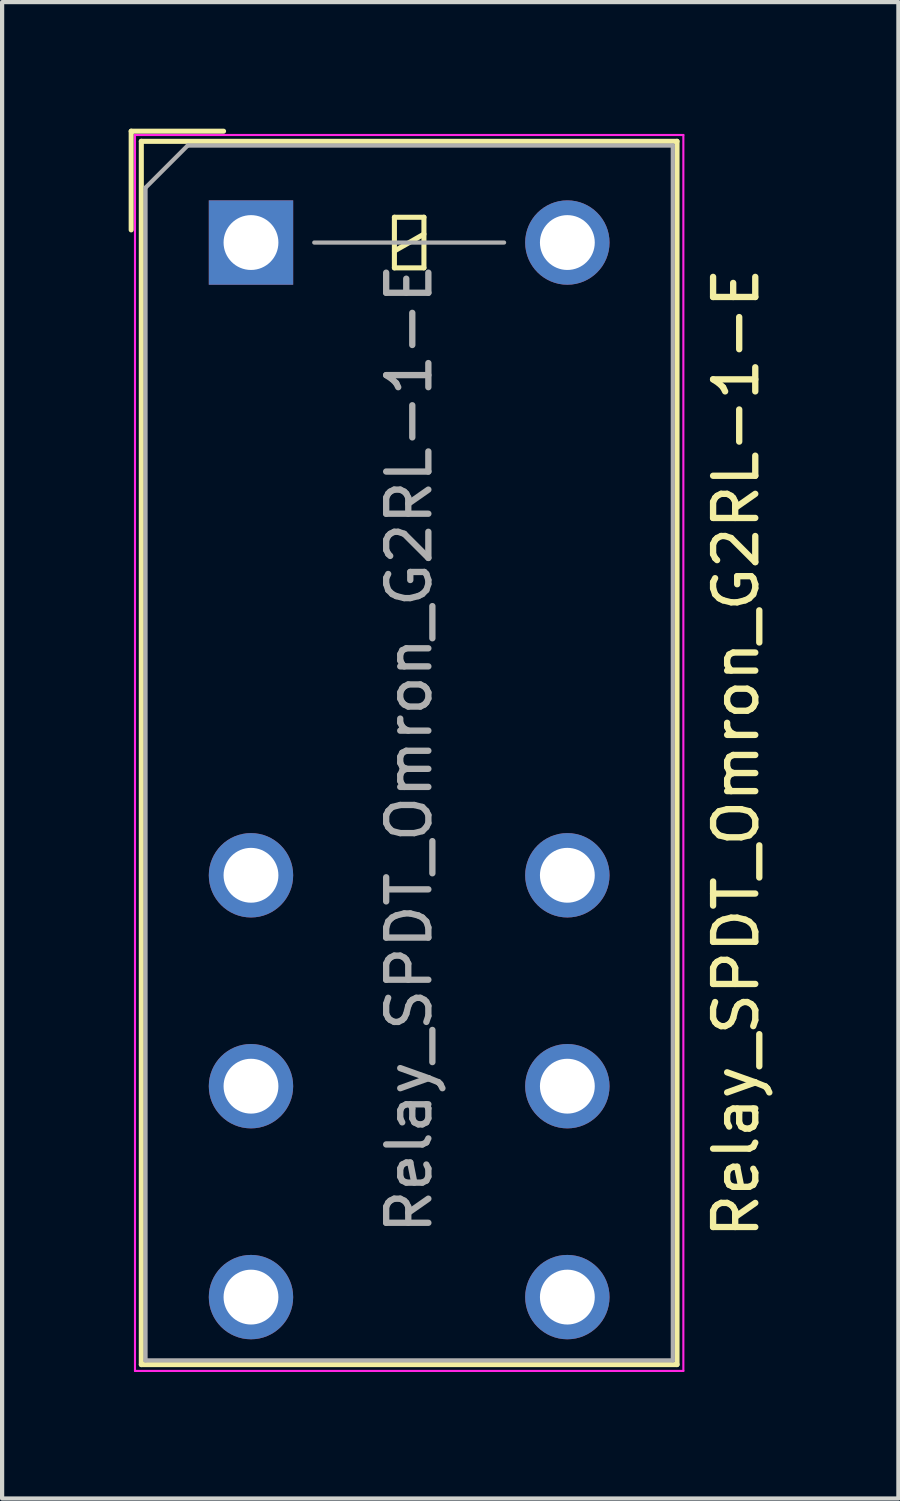
<source format=kicad_pcb>
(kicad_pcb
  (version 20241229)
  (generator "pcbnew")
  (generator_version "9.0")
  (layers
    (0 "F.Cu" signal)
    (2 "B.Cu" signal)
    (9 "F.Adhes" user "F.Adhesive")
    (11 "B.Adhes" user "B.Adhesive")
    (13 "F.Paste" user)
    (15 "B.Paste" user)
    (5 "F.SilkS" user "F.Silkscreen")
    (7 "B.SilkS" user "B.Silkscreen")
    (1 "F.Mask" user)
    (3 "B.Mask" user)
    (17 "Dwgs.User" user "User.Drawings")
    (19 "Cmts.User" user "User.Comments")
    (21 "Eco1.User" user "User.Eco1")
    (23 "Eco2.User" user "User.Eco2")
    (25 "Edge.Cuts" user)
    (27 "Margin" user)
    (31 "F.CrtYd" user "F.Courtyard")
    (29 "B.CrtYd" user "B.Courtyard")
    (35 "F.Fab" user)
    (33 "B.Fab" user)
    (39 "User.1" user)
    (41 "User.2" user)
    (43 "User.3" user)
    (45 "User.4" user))
  (footprint "Relay_SPDT_Omron_G2RL-1-E"
    (layer "F.Cu")
    (at 6.65 22.6)
    (property "Reference" "Relay_SPDT_Omron_G2RL-1-E" (at 7.75 -7.8 90) (layer "F.SilkS") (effects (font (size 1 1) (thickness 0.15))))
    (attr through_hole)
    (fp_line (start -6.59 -22.54) (end -4.4 -22.54) (stroke (width 0.12) (type solid)) (layer "F.SilkS"))
    (fp_line (start -6.59 -20.2) (end -6.59 -22.54) (stroke (width 0.12) (type solid)) (layer "F.SilkS"))
    (fp_line (start -6.35 -22.3) (end -6.35 6.7) (stroke (width 0.12) (type solid)) (layer "F.SilkS"))
    (fp_line (start -6.35 6.7) (end 6.35 6.7) (stroke (width 0.12) (type solid)) (layer "F.SilkS"))
    (fp_line (start -0.35 -20.5) (end -0.35 -19.3) (stroke (width 0.12) (type solid)) (layer "F.SilkS"))
    (fp_line (start -0.35 -19.7) (end 0.35 -20.1) (stroke (width 0.12) (type solid)) (layer "F.SilkS"))
    (fp_line (start -0.35 -19.3) (end 0.35 -19.3) (stroke (width 0.12) (type solid)) (layer "F.SilkS"))
    (fp_line (start 0.35 -20.5) (end -0.35 -20.5) (stroke (width 0.12) (type solid)) (layer "F.SilkS"))
    (fp_line (start 0.35 -19.3) (end 0.35 -20.5) (stroke (width 0.12) (type solid)) (layer "F.SilkS"))
    (fp_line (start 6.35 -22.3) (end -6.35 -22.3) (stroke (width 0.12) (type solid)) (layer "F.SilkS"))
    (fp_line (start 6.35 6.7) (end 6.35 -22.3) (stroke (width 0.12) (type solid)) (layer "F.SilkS"))
    (fp_line (start -6.5 -22.45) (end -6.5 6.85) (stroke (width 0.05) (type solid)) (layer "F.CrtYd"))
    (fp_line (start -6.5 6.85) (end 6.5 6.85) (stroke (width 0.05) (type solid)) (layer "F.CrtYd"))
    (fp_line (start 6.5 -22.45) (end -6.5 -22.45) (stroke (width 0.05) (type solid)) (layer "F.CrtYd"))
    (fp_line (start 6.5 6.85) (end 6.5 -22.45) (stroke (width 0.05) (type solid)) (layer "F.CrtYd"))
    (fp_line (start -6.25 -21.2) (end -6.25 6.6) (stroke (width 0.1) (type solid)) (layer "F.Fab"))
    (fp_line (start -6.25 6.6) (end 6.25 6.6) (stroke (width 0.1) (type solid)) (layer "F.Fab"))
    (fp_line (start -5.25 -22.2) (end -6.25 -21.2) (stroke (width 0.1) (type solid)) (layer "F.Fab"))
    (fp_line (start -2.25 -19.9) (end 2.25 -19.9) (stroke (width 0.1) (type solid)) (layer "F.Fab"))
    (fp_line (start 6.25 -22.2) (end -5.25 -22.2) (stroke (width 0.1) (type solid)) (layer "F.Fab"))
    (fp_line (start 6.25 6.6) (end 6.25 -22.2) (stroke (width 0.1) (type solid)) (layer "F.Fab"))
    (fp_text user "${REFERENCE}" (at 0 -7.9 90) (layer "F.Fab") (effects (font (size 1 1) (thickness 0.15))))
    (pad "11" thru_hole circle (at -3.75 0.1) (size 2 2) (drill 1.3) (layers "*.Cu" "*.Mask"))
    (pad "11" thru_hole circle (at 3.75 0.1) (size 2 2) (drill 1.3) (layers "*.Cu" "*.Mask"))
    (pad "12" thru_hole circle (at -3.75 -4.9) (size 2 2) (drill 1.3) (layers "*.Cu" "*.Mask"))
    (pad "12" thru_hole circle (at 3.75 -4.9) (size 2 2) (drill 1.3) (layers "*.Cu" "*.Mask"))
    (pad "14" thru_hole circle (at -3.75 5.1) (size 2 2) (drill 1.3) (layers "*.Cu" "*.Mask"))
    (pad "14" thru_hole circle (at 3.75 5.1) (size 2 2) (drill 1.3) (layers "*.Cu" "*.Mask"))
    (pad "A1" thru_hole rect (at -3.75 -19.9) (size 2 2) (drill 1.3) (layers "*.Cu" "*.Mask"))
    (pad "A2" thru_hole circle (at 3.75 -19.9) (size 2 2) (drill 1.3) (layers "*.Cu" "*.Mask")))
  (gr_rect
    (start -3 -3)
    (end 18.248 32.475)
    (stroke (width 0.1) (type default))
    (fill no)
    (layer "Edge.Cuts")))
</source>
